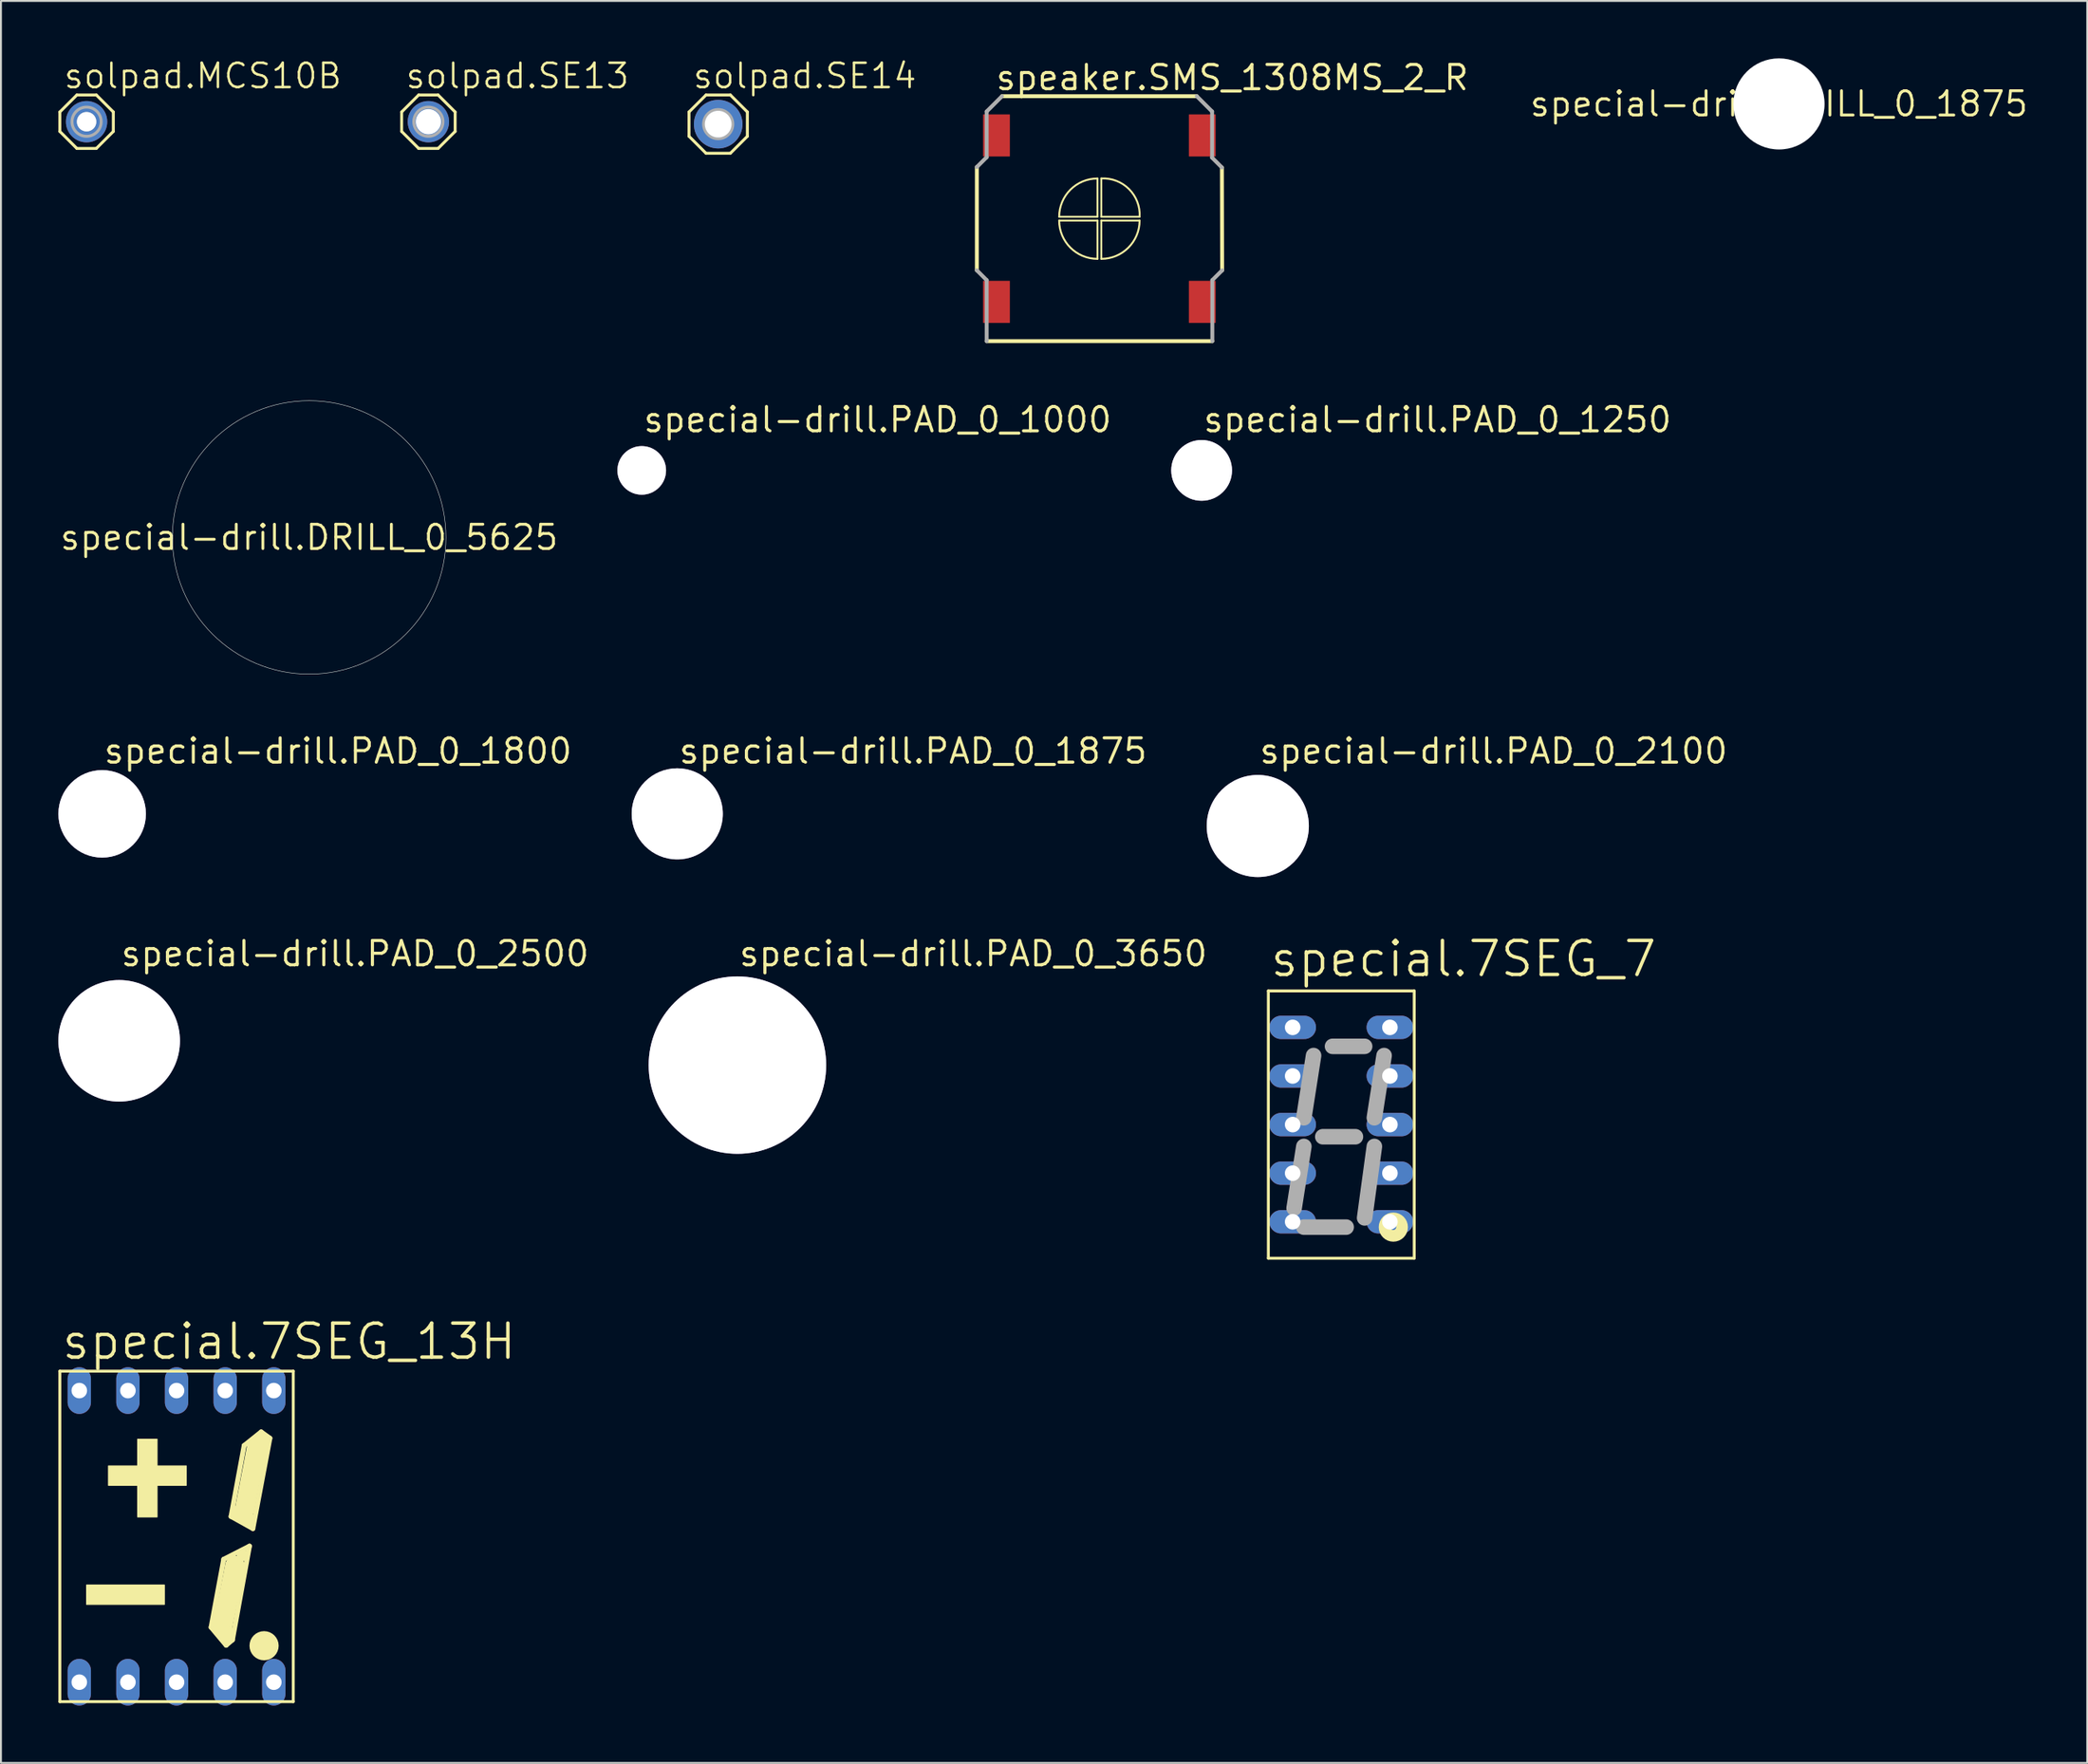
<source format=kicad_pcb>
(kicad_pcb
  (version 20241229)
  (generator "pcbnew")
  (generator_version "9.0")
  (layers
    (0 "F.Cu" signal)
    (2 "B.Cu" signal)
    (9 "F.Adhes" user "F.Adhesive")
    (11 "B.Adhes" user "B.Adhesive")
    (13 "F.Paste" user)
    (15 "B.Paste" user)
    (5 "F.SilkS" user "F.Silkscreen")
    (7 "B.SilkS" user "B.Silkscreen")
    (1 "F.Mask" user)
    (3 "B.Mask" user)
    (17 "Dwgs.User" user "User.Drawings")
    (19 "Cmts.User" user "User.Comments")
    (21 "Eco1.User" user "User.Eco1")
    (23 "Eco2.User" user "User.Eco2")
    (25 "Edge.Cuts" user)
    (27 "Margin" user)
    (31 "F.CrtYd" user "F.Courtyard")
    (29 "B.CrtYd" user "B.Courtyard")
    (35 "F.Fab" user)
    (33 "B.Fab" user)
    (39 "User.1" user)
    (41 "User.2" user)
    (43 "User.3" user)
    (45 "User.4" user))
  (footprint "solpad.MCS10B"
    (layer "F.Cu")
    (at 1.473 3.311)
    (property "Reference" "solpad.MCS10B" (at -1.27 -1.651 0) (layer "F.SilkS") (effects (font (size 1.27 1.27) (thickness 0.13)) (justify left bottom)))
    (attr through_hole)
    (fp_line (start -1.397 -0.508) (end -1.397 0.508) (stroke (width 0.152) (type default)) (layer "F.SilkS"))
    (fp_line (start -1.397 -0.508) (end -0.508 -1.397) (stroke (width 0.152) (type default)) (layer "F.SilkS"))
    (fp_line (start -0.508 -1.397) (end 0.508 -1.397) (stroke (width 0.152) (type default)) (layer "F.SilkS"))
    (fp_line (start -0.508 1.397) (end -1.397 0.508) (stroke (width 0.152) (type default)) (layer "F.SilkS"))
    (fp_line (start 0.508 -1.397) (end 1.397 -0.508) (stroke (width 0.152) (type default)) (layer "F.SilkS"))
    (fp_line (start 0.508 1.397) (end -0.508 1.397) (stroke (width 0.152) (type default)) (layer "F.SilkS"))
    (fp_line (start 0.508 1.397) (end 1.397 0.508) (stroke (width 0.152) (type default)) (layer "F.SilkS"))
    (fp_line (start 1.397 -0.508) (end 1.397 0.508) (stroke (width 0.152) (type default)) (layer "F.SilkS"))
    (fp_circle (center 0 0) (end 0.381 0) (stroke (width 0.254) (type default)) (fill no) (layer "F.Fab"))
    (fp_circle (center 0 0) (end 0.762 0) (stroke (width 0.152) (type default)) (fill no) (layer "F.Fab"))
    (pad "MP" thru_hole circle (at 0 0) (size 2.159 2.159) (drill 1.016) (layers "*.Cu" "*.Mask")))
  (footprint "speaker.SMS_1308MS_2_R"
    (layer "F.Cu")
    (at 54.377 8.379)
    (property "Reference" "speaker.SMS_1308MS_2_R" (at -5.502 -6.629 0) (layer "F.SilkS") (effects (font (size 1.27 1.27) (thickness 0.16)) (justify left bottom)))
    (attr smd)
    (fp_line (start -6.4 -2.7) (end -6.4 2.7) (stroke (width 0.203) (type default)) (layer "F.SilkS"))
    (fp_line (start -5.888 6.4) (end 5.9 6.4) (stroke (width 0.203) (type default)) (layer "F.SilkS"))
    (fp_line (start -2.1 -0.1) (end -0.1 -0.1) (stroke (width 0.1) (type default)) (layer "F.SilkS"))
    (fp_line (start -0.1 -0.1) (end -0.1 -2.1) (stroke (width 0.1) (type default)) (layer "F.SilkS"))
    (fp_line (start -0.1 0.1) (end -2.1 0.1) (stroke (width 0.1) (type default)) (layer "F.SilkS"))
    (fp_line (start -0.1 2.1) (end -0.1 0.1) (stroke (width 0.1) (type default)) (layer "F.SilkS"))
    (fp_line (start 0.1 -2.1) (end 0.1 -0.1) (stroke (width 0.1) (type default)) (layer "F.SilkS"))
    (fp_line (start 0.1 -0.1) (end 2.1 -0.1) (stroke (width 0.1) (type default)) (layer "F.SilkS"))
    (fp_line (start 0.1 0.1) (end 0.1 2.1) (stroke (width 0.1) (type default)) (layer "F.SilkS"))
    (fp_line (start 2.1 0.1) (end 0.1 0.1) (stroke (width 0.1) (type default)) (layer "F.SilkS"))
    (fp_line (start 5.088 -6.4) (end -5.088 -6.4) (stroke (width 0.203) (type default)) (layer "F.SilkS"))
    (fp_line (start 6.412 2.7) (end 6.4 -2.675) (stroke (width 0.203) (type default)) (layer "F.SilkS"))
    (fp_arc (start -2.1 -0.1) (mid -1.514214 -1.514214) (end -0.1 -2.1) (stroke (width 0.1) (type default)) (layer "F.SilkS"))
    (fp_arc (start -0.1 2.1) (mid -1.514214 1.514214) (end -2.1 0.1) (stroke (width 0.1) (type default)) (layer "F.SilkS"))
    (fp_arc (start 0.099862 -2.102622) (mid 1.54717 -1.547268) (end 2.102629 -0.1) (stroke (width 0.1) (type default)) (layer "F.SilkS"))
    (fp_arc (start 2.1 0.1) (mid 1.514214 1.514214) (end 0.1 2.1) (stroke (width 0.1) (type default)) (layer "F.SilkS"))
    (fp_line (start -6.4 2.7) (end -5.888 3.212) (stroke (width 0.203) (type default)) (layer "F.Fab"))
    (fp_line (start -5.888 -5.6) (end -5.888 -3.212) (stroke (width 0.203) (type default)) (layer "F.Fab"))
    (fp_line (start -5.888 -3.212) (end -6.4 -2.7) (stroke (width 0.203) (type default)) (layer "F.Fab"))
    (fp_line (start -5.888 3.212) (end -5.888 6.4) (stroke (width 0.203) (type default)) (layer "F.Fab"))
    (fp_line (start -5.088 -6.4) (end -5.888 -5.6) (stroke (width 0.203) (type default)) (layer "F.Fab"))
    (fp_line (start 5.888 -5.6) (end 5.088 -6.4) (stroke (width 0.203) (type default)) (layer "F.Fab"))
    (fp_line (start 5.888 -3.188) (end 5.888 -5.6) (stroke (width 0.203) (type default)) (layer "F.Fab"))
    (fp_line (start 5.9 3.212) (end 6.412 2.7) (stroke (width 0.203) (type default)) (layer "F.Fab"))
    (fp_line (start 5.9 6.4) (end 5.9 3.212) (stroke (width 0.203) (type default)) (layer "F.Fab"))
    (fp_line (start 6.4 -2.675) (end 5.888 -3.188) (stroke (width 0.203) (type default)) (layer "F.Fab"))
    (pad "+" smd roundrect (at -5.375 4.35) (size 1.4 2.2) (layers "F.Cu" "F.Mask" "F.Paste") (roundrect_rratio 0.01))
    (pad "-" smd roundrect (at 5.375 4.35) (size 1.4 2.2) (layers "F.Cu" "F.Mask" "F.Paste") (roundrect_rratio 0.01))
    (pad "M1" smd roundrect (at -5.375 -4.35) (size 1.4 2.2) (layers "F.Cu" "F.Mask" "F.Paste") (roundrect_rratio 0.01))
    (pad "M2" smd roundrect (at 5.375 -4.35) (size 1.4 2.2) (layers "F.Cu" "F.Mask" "F.Paste") (roundrect_rratio 0.01)))
  (footprint "special-drill.PAD_0_1000"
    (layer "F.Cu")
    (at 30.471 21.535)
    (property "Reference" "special-drill.PAD_0_1000" (at 0 -1.905 0) (layer "F.SilkS") (effects (font (size 1.27 1.27) (thickness 0.16)) (justify left bottom)))
    (attr through_hole)
    (pad "1" thru_hole circle (at 0 0) (size 2.54 2.54) (drill 2.54) (layers "*.Cu" "*.Mask")))
  (footprint "solpad.SE13"
    (layer "F.Cu")
    (at 19.327 3.311)
    (property "Reference" "solpad.SE13" (at -1.27 -1.651 0) (layer "F.SilkS") (effects (font (size 1.27 1.27) (thickness 0.13)) (justify left bottom)))
    (attr through_hole)
    (fp_line (start -1.397 -0.508) (end -1.397 0.508) (stroke (width 0.152) (type default)) (layer "F.SilkS"))
    (fp_line (start -1.397 -0.508) (end -0.508 -1.397) (stroke (width 0.152) (type default)) (layer "F.SilkS"))
    (fp_line (start -0.508 -1.397) (end 0.508 -1.397) (stroke (width 0.152) (type default)) (layer "F.SilkS"))
    (fp_line (start -0.508 1.397) (end -1.397 0.508) (stroke (width 0.152) (type default)) (layer "F.SilkS"))
    (fp_line (start 0.508 -1.397) (end 1.397 -0.508) (stroke (width 0.152) (type default)) (layer "F.SilkS"))
    (fp_line (start 0.508 1.397) (end -0.508 1.397) (stroke (width 0.152) (type default)) (layer "F.SilkS"))
    (fp_line (start 0.508 1.397) (end 1.397 0.508) (stroke (width 0.152) (type default)) (layer "F.SilkS"))
    (fp_line (start 1.397 -0.508) (end 1.397 0.508) (stroke (width 0.152) (type default)) (layer "F.SilkS"))
    (fp_circle (center 0 0) (end 0.381 0) (stroke (width 0.254) (type default)) (fill no) (layer "F.Fab"))
    (fp_circle (center 0 0) (end 0.762 0) (stroke (width 0.152) (type default)) (fill no) (layer "F.Fab"))
    (pad "MP" thru_hole circle (at 0 0) (size 2.159 2.159) (drill 1.321) (layers "*.Cu" "*.Mask")))
  (footprint "special-drill.PAD_0_1800"
    (layer "F.Cu")
    (at 2.286 39.486)
    (property "Reference" "special-drill.PAD_0_1800" (at 0 -2.54 0) (layer "F.SilkS") (effects (font (size 1.27 1.27) (thickness 0.16)) (justify left bottom)))
    (attr through_hole)
    (pad "1" thru_hole circle (at 0 0) (size 4.572 4.572) (drill 4.572) (layers "*.Cu" "*.Mask")))
  (footprint "special.7SEG_13H"
    (layer "F.Cu")
    (at 6.172 77.249)
    (property "Reference" "special.7SEG_13H" (at -6.096 -9.144 0) (layer "F.SilkS") (effects (font (size 1.778 1.778) (thickness 0.18)) (justify left bottom)))
    (attr through_hole)
    (fp_line (start -6.096 -8.636) (end -6.096 8.636) (stroke (width 0.152) (type default)) (layer "F.SilkS"))
    (fp_line (start -6.096 -8.636) (end 6.096 -8.636) (stroke (width 0.152) (type default)) (layer "F.SilkS"))
    (fp_line (start 1.803 4.75) (end 2.591 5.69) (stroke (width 0.254) (type default)) (layer "F.SilkS"))
    (fp_line (start 2.413 4.699) (end 3.048 1.524) (stroke (width 1.016) (type default)) (layer "F.SilkS"))
    (fp_line (start 2.464 1.194) (end 1.803 4.75) (stroke (width 0.254) (type default)) (layer "F.SilkS"))
    (fp_line (start 2.464 1.194) (end 3.81 0.508) (stroke (width 0.254) (type default)) (layer "F.SilkS"))
    (fp_line (start 2.54 5.207) (end 2.667 5.08) (stroke (width 0.762) (type default)) (layer "F.SilkS"))
    (fp_line (start 2.591 5.69) (end 2.921 5.41) (stroke (width 0.254) (type default)) (layer "F.SilkS"))
    (fp_line (start 2.845 -1.041) (end 3.988 -0.406) (stroke (width 0.254) (type default)) (layer "F.SilkS"))
    (fp_line (start 3.175 -1.27) (end 3.81 -0.889) (stroke (width 0.66) (type default)) (layer "F.SilkS"))
    (fp_line (start 3.531 -4.75) (end 2.845 -1.041) (stroke (width 0.254) (type default)) (layer "F.SilkS"))
    (fp_line (start 3.531 -4.75) (end 4.42 -5.461) (stroke (width 0.254) (type default)) (layer "F.SilkS"))
    (fp_line (start 3.556 -1.397) (end 4.191 -4.699) (stroke (width 1.016) (type default)) (layer "F.SilkS"))
    (fp_line (start 3.81 0.508) (end 2.921 5.41) (stroke (width 0.254) (type default)) (layer "F.SilkS"))
    (fp_line (start 3.988 -0.406) (end 4.877 -5.131) (stroke (width 0.254) (type default)) (layer "F.SilkS"))
    (fp_line (start 4.42 -5.461) (end 4.877 -5.131) (stroke (width 0.254) (type default)) (layer "F.SilkS"))
    (fp_line (start 4.445 -5.08) (end 4.572 -4.953) (stroke (width 0.508) (type default)) (layer "F.SilkS"))
    (fp_line (start 6.096 8.636) (end -6.096 8.636) (stroke (width 0.152) (type default)) (layer "F.SilkS"))
    (fp_line (start 6.096 8.636) (end 6.096 -8.636) (stroke (width 0.152) (type default)) (layer "F.SilkS"))
    (fp_rect (start -4.699 3.556) (end -0.635 2.54) (stroke (width 0.05) (type default)) (fill yes) (layer "F.SilkS"))
    (fp_rect (start -3.556 -2.667) (end 0.508 -3.683) (stroke (width 0.05) (type default)) (fill yes) (layer "F.SilkS"))
    (fp_rect (start -2.032 -1.016) (end -1.016 -5.08) (stroke (width 0.05) (type default)) (fill yes) (layer "F.SilkS"))
    (fp_rect (start 3.175 1.27) (end 3.683 0.762) (stroke (width 0.05) (type default)) (fill yes) (layer "F.SilkS"))
    (fp_rect (start 4.318 5.842) (end 4.826 5.588) (stroke (width 0.05) (type default)) (fill yes) (layer "F.SilkS"))
    (fp_circle (center 4.572 5.715) (end 4.953 5.715) (stroke (width 0.762) (type default)) (fill no) (layer "F.SilkS"))
    (pad "1" thru_hole oval (at -5.08 7.62 90) (size 2.438 1.219) (drill 0.813) (layers "*.Cu" "*.Mask"))
    (pad "2" thru_hole oval (at -2.54 7.62 90) (size 2.438 1.219) (drill 0.813) (layers "*.Cu" "*.Mask"))
    (pad "3" thru_hole oval (at 0 7.62 90) (size 2.438 1.219) (drill 0.813) (layers "*.Cu" "*.Mask"))
    (pad "4" thru_hole oval (at 2.54 7.62 90) (size 2.438 1.219) (drill 0.813) (layers "*.Cu" "*.Mask"))
    (pad "5" thru_hole oval (at 5.08 7.62 90) (size 2.438 1.219) (drill 0.813) (layers "*.Cu" "*.Mask"))
    (pad "6" thru_hole oval (at 5.08 -7.62 90) (size 2.438 1.219) (drill 0.813) (layers "*.Cu" "*.Mask"))
    (pad "7" thru_hole oval (at 2.54 -7.62 90) (size 2.438 1.219) (drill 0.813) (layers "*.Cu" "*.Mask"))
    (pad "8" thru_hole oval (at 0 -7.62 90) (size 2.438 1.219) (drill 0.813) (layers "*.Cu" "*.Mask"))
    (pad "9" thru_hole oval (at -2.54 -7.62 90) (size 2.438 1.219) (drill 0.813) (layers "*.Cu" "*.Mask"))
    (pad "10" thru_hole oval (at -5.08 -7.62 90) (size 2.438 1.219) (drill 0.813) (layers "*.Cu" "*.Mask")))
  (footprint "special-drill.DRILL_0_5625"
    (layer "F.Cu")
    (at 13.1 25.038)
    (property "Reference" "special-drill.DRILL_0_5625" (at 0 0 0) (layer "F.SilkS") (effects (font (size 1.27 1.27) (thickness 0.15))))
    (fp_circle (center 0 0) (end 7.145 0) (stroke (width 0.025) (type default)) (fill no) (layer "Edge.Cuts")))
  (footprint "special-drill.PAD_0_1250"
    (layer "F.Cu")
    (at 59.717 21.535)
    (property "Reference" "special-drill.PAD_0_1250" (at 0 -1.905 0) (layer "F.SilkS") (effects (font (size 1.27 1.27) (thickness 0.16)) (justify left bottom)))
    (attr through_hole)
    (pad "1" thru_hole circle (at 0 0) (size 3.175 3.175) (drill 3.175) (layers "*.Cu" "*.Mask")))
  (footprint "special-drill.PAD_0_3650"
    (layer "F.Cu")
    (at 35.469 52.618)
    (property "Reference" "special-drill.PAD_0_3650" (at 0 -5.08 0) (layer "F.SilkS") (effects (font (size 1.27 1.27) (thickness 0.16)) (justify left bottom)))
    (attr through_hole)
    (pad "1" thru_hole circle (at 0 0) (size 9.271 9.271) (drill 9.271) (layers "*.Cu" "*.Mask")))
  (footprint "special-drill.PAD_0_2100"
    (layer "F.Cu")
    (at 62.651 40.121)
    (property "Reference" "special-drill.PAD_0_2100" (at 0 -3.175 0) (layer "F.SilkS") (effects (font (size 1.27 1.27) (thickness 0.16)) (justify left bottom)))
    (attr through_hole)
    (pad "1" thru_hole circle (at 0 0) (size 5.334 5.334) (drill 5.334) (layers "*.Cu" "*.Mask")))
  (footprint "special-drill.DRILL_0_1875"
    (layer "F.Cu")
    (at 89.876 2.381)
    (property "Reference" "special-drill.DRILL_0_1875" (at 0 0 0) (layer "F.SilkS") (effects (font (size 1.27 1.27) (thickness 0.15))))
    (pad "" np_thru_hole circle (at 0 0) (size 4.762 4.762) (drill 4.762) (layers "*.Cu" "*.Mask")))
  (footprint "special-drill.PAD_0_2500"
    (layer "F.Cu")
    (at 3.175 51.348)
    (property "Reference" "special-drill.PAD_0_2500" (at 0 -3.81 0) (layer "F.SilkS") (effects (font (size 1.27 1.27) (thickness 0.16)) (justify left bottom)))
    (attr through_hole)
    (pad "1" thru_hole circle (at 0 0) (size 6.35 6.35) (drill 6.35) (layers "*.Cu" "*.Mask")))
  (footprint "special.7SEG_7"
    (layer "F.Cu")
    (at 67.013 55.726)
    (property "Reference" "special.7SEG_7" (at -3.81 -7.62 0) (layer "F.SilkS") (effects (font (size 1.778 1.778) (thickness 0.18)) (justify left bottom)))
    (attr through_hole)
    (fp_line (start -3.81 -6.985) (end 3.81 -6.985) (stroke (width 0.152) (type default)) (layer "F.SilkS"))
    (fp_line (start -3.81 6.985) (end -3.81 -6.985) (stroke (width 0.152) (type default)) (layer "F.SilkS"))
    (fp_line (start 3.81 -6.985) (end 3.81 6.985) (stroke (width 0.152) (type default)) (layer "F.SilkS"))
    (fp_line (start 3.81 6.985) (end -3.81 6.985) (stroke (width 0.152) (type default)) (layer "F.SilkS"))
    (fp_circle (center 2.718 5.359) (end 2.87 5.359) (stroke (width 0.61) (type default)) (fill no) (layer "F.SilkS"))
    (fp_line (start -1.956 1.143) (end -2.464 4.369) (stroke (width 0.813) (type default)) (layer "F.Fab"))
    (fp_line (start -1.956 5.359) (end 0.254 5.359) (stroke (width 0.813) (type default)) (layer "F.Fab"))
    (fp_line (start -1.448 -3.607) (end -1.956 -0.356) (stroke (width 0.813) (type default)) (layer "F.Fab"))
    (fp_line (start -0.965 0.635) (end 0.737 0.635) (stroke (width 0.813) (type default)) (layer "F.Fab"))
    (fp_line (start -0.457 -4.089) (end 1.219 -4.089) (stroke (width 0.813) (type default)) (layer "F.Fab"))
    (fp_line (start 1.727 1.143) (end 1.219 4.877) (stroke (width 0.813) (type default)) (layer "F.Fab"))
    (fp_line (start 2.235 -3.607) (end 1.727 -0.356) (stroke (width 0.813) (type default)) (layer "F.Fab"))
    (pad "1" thru_hole oval (at -2.54 -5.08) (size 2.438 1.219) (drill 0.813) (layers "*.Cu" "*.Mask"))
    (pad "2" thru_hole oval (at -2.54 -2.54) (size 2.438 1.219) (drill 0.813) (layers "*.Cu" "*.Mask"))
    (pad "3" thru_hole oval (at -2.54 0) (size 2.438 1.219) (drill 0.813) (layers "*.Cu" "*.Mask"))
    (pad "4" thru_hole oval (at -2.54 2.54) (size 2.438 1.219) (drill 0.813) (layers "*.Cu" "*.Mask"))
    (pad "5" thru_hole oval (at -2.54 5.08) (size 2.438 1.219) (drill 0.813) (layers "*.Cu" "*.Mask"))
    (pad "6" thru_hole oval (at 2.54 5.08) (size 2.438 1.219) (drill 0.813) (layers "*.Cu" "*.Mask"))
    (pad "7" thru_hole oval (at 2.54 2.54) (size 2.438 1.219) (drill 0.813) (layers "*.Cu" "*.Mask"))
    (pad "8" thru_hole oval (at 2.54 0) (size 2.438 1.219) (drill 0.813) (layers "*.Cu" "*.Mask"))
    (pad "9" thru_hole oval (at 2.54 -2.54) (size 2.438 1.219) (drill 0.813) (layers "*.Cu" "*.Mask"))
    (pad "10" thru_hole oval (at 2.54 -5.08) (size 2.438 1.219) (drill 0.813) (layers "*.Cu" "*.Mask")))
  (footprint "solpad.SE14"
    (layer "F.Cu")
    (at 34.465 3.438)
    (property "Reference" "solpad.SE14" (at -1.397 -1.778 0) (layer "F.SilkS") (effects (font (size 1.27 1.27) (thickness 0.13)) (justify left bottom)))
    (attr through_hole)
    (fp_line (start -1.524 -0.635) (end -1.524 0.635) (stroke (width 0.152) (type default)) (layer "F.SilkS"))
    (fp_line (start -1.524 -0.635) (end -0.635 -1.524) (stroke (width 0.152) (type default)) (layer "F.SilkS"))
    (fp_line (start -0.635 -1.524) (end 0.635 -1.524) (stroke (width 0.152) (type default)) (layer "F.SilkS"))
    (fp_line (start -0.635 1.524) (end -1.524 0.635) (stroke (width 0.152) (type default)) (layer "F.SilkS"))
    (fp_line (start 0.635 -1.524) (end 1.524 -0.635) (stroke (width 0.152) (type default)) (layer "F.SilkS"))
    (fp_line (start 0.635 1.524) (end -0.635 1.524) (stroke (width 0.152) (type default)) (layer "F.SilkS"))
    (fp_line (start 0.635 1.524) (end 1.524 0.635) (stroke (width 0.152) (type default)) (layer "F.SilkS"))
    (fp_line (start 1.524 -0.635) (end 1.524 0.635) (stroke (width 0.152) (type default)) (layer "F.SilkS"))
    (fp_circle (center 0 0) (end 0.381 0) (stroke (width 0.254) (type default)) (fill no) (layer "F.Fab"))
    (fp_circle (center 0 0) (end 0.762 0) (stroke (width 0.152) (type default)) (fill no) (layer "F.Fab"))
    (pad "MP" thru_hole circle (at 0 0) (size 2.54 2.54) (drill 1.397) (layers "*.Cu" "*.Mask")))
  (footprint "special-drill.PAD_0_1875"
    (layer "F.Cu")
    (at 32.326 39.486)
    (property "Reference" "special-drill.PAD_0_1875" (at 0 -2.54 0) (layer "F.SilkS") (effects (font (size 1.27 1.27) (thickness 0.16)) (justify left bottom)))
    (attr through_hole)
    (pad "1" thru_hole circle (at 0 0) (size 4.762 4.762) (drill 4.762) (layers "*.Cu" "*.Mask")))
  (gr_rect
    (start -3 -3)
    (end 105.977 89.088)
    (stroke (width 0.1) (type default))
    (fill no)
    (layer "Edge.Cuts")))
</source>
